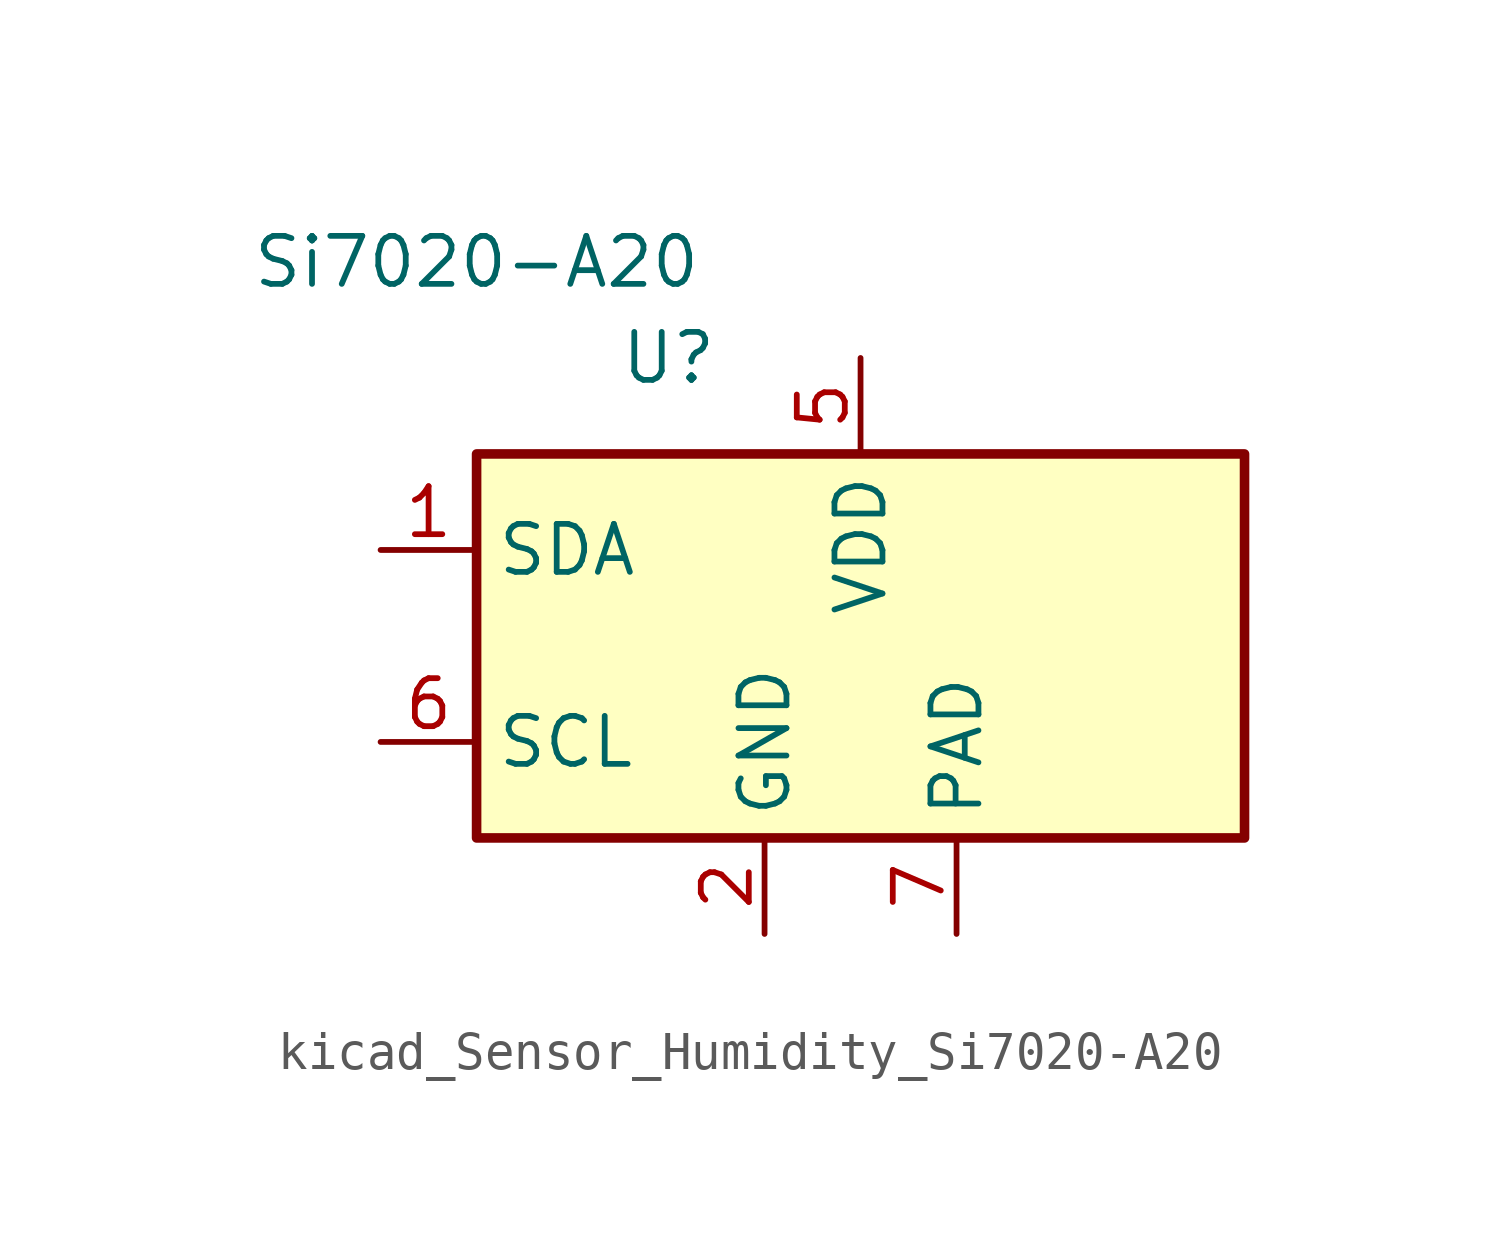
<source format=kicad_sym>
(kicad_symbol_lib
  (version 20220914)
  (generator kicad_symbol_editor)
  (symbol "kicad_Sensor_Humidity_Si7020-A20"
    (property "Reference" "U"
      (at -5.08 7.62 0)
      (effects (font (size 1.27 1.27))))
    (property "Value" "Si7020-A20"
      (at -10.16 10.16 0)
      (effects (font (size 1.27 1.27))))
    (symbol "kicad_Sensor_Humidity_Si7020-A20_0_1"
      (rectangle (start -10.16 5.08) (end 10.16 -5.08) (stroke (width 0.254) (type default)) (fill (type background))))
    (symbol "kicad_Sensor_Humidity_Si7020-A20_1_1"
      (pin bidirectional line (at -12.7 2.54 0) (length 2.54) (name "SDA" (effects (font (size 1.27 1.27)))) (number "1" (effects (font (size 1.27 1.27)))))
      (pin power_in line (at -2.54 -7.62 90) (length 2.54) (name "GND" (effects (font (size 1.27 1.27)))) (number "2" (effects (font (size 1.27 1.27)))))
      (pin no_connect line (at 10.16 2.54 180) (length 2.54) hide (name "NC" (effects (font (size 1.27 1.27)))) (number "3" (effects (font (size 1.27 1.27)))))
      (pin no_connect line (at 10.16 -2.54 180) (length 2.54) hide (name "NC" (effects (font (size 1.27 1.27)))) (number "4" (effects (font (size 1.27 1.27)))))
      (pin power_in line (at 0 7.62 270) (length 2.54) (name "VDD" (effects (font (size 1.27 1.27)))) (number "5" (effects (font (size 1.27 1.27)))))
      (pin input line (at -12.7 -2.54 0) (length 2.54) (name "SCL" (effects (font (size 1.27 1.27)))) (number "6" (effects (font (size 1.27 1.27)))))
      (pin passive line (at 2.54 -7.62 90) (length 2.54) (name "PAD" (effects (font (size 1.27 1.27)))) (number "7" (effects (font (size 1.27 1.27))))))))
</source>
